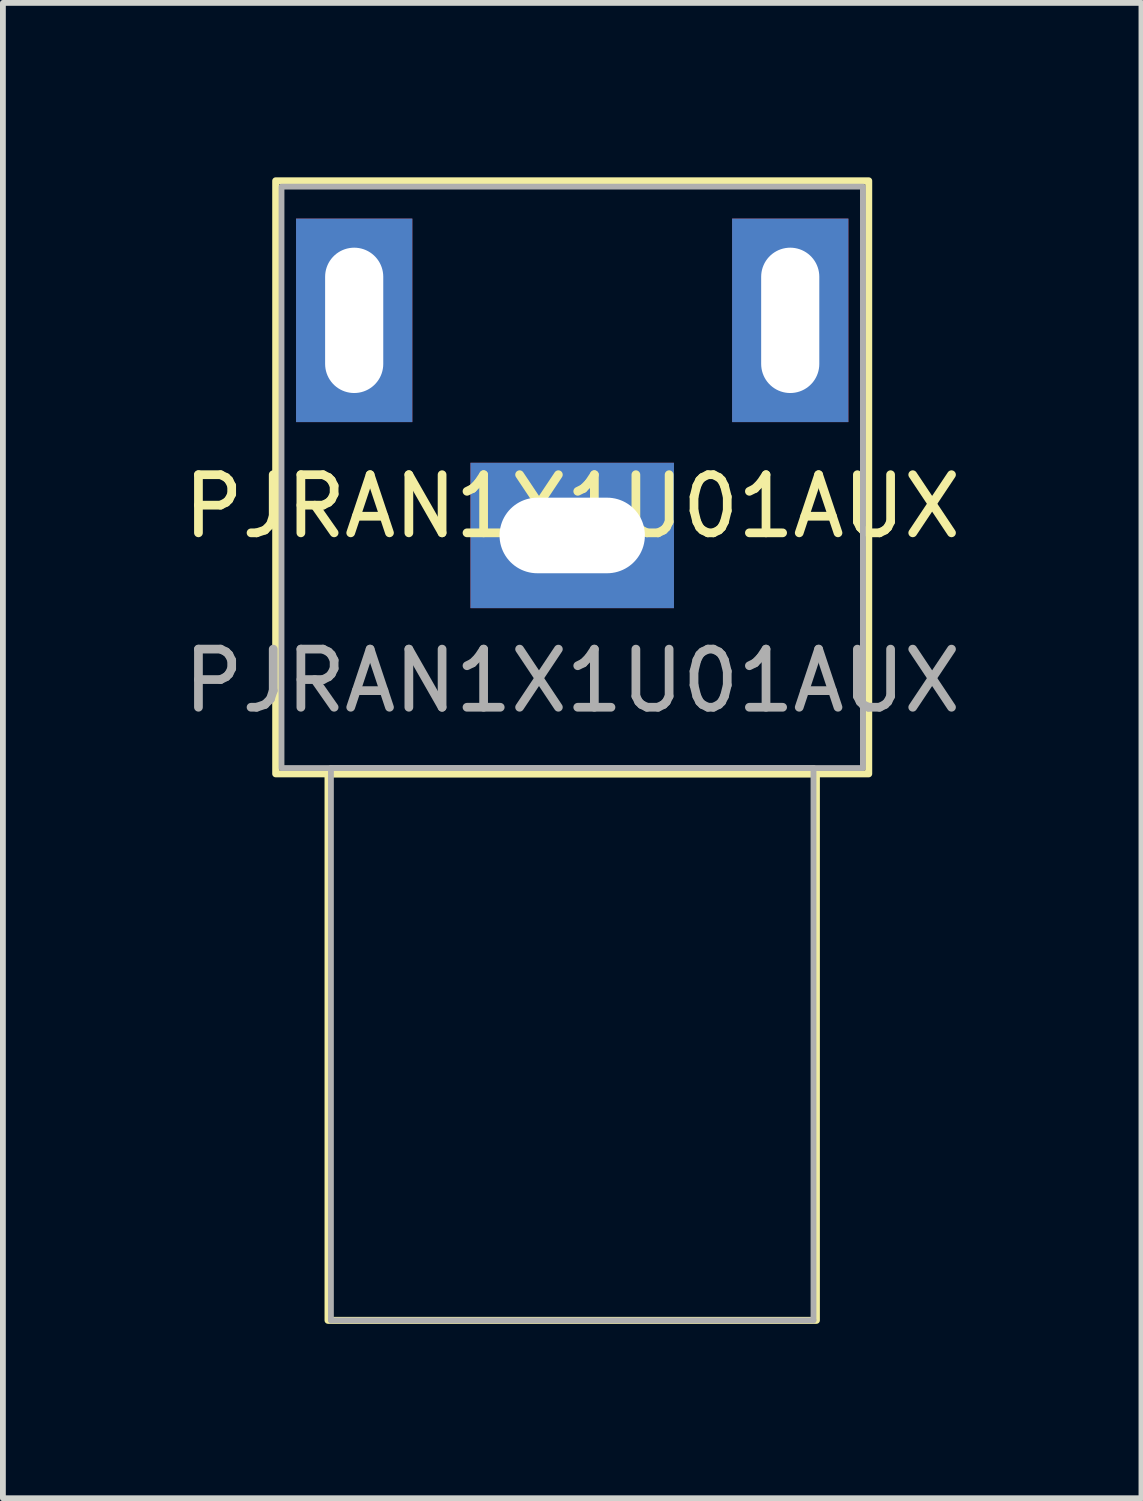
<source format=kicad_pcb>
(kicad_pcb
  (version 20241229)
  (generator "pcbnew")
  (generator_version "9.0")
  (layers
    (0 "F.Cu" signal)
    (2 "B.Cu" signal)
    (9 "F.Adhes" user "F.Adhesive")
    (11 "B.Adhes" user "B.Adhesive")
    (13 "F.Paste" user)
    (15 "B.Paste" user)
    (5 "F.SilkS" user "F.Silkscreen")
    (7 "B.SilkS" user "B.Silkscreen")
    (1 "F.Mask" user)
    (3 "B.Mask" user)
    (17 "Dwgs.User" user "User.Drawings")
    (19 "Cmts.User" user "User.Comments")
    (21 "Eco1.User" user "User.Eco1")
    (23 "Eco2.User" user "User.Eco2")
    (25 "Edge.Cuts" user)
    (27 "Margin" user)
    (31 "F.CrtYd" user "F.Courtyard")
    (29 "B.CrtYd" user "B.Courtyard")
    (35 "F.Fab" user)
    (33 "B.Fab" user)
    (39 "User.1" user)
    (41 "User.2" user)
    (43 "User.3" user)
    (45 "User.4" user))
  (footprint "PJRAN1X1U01AUX"
    (layer "F.Cu")
    (at 6.792 6.16)
    (property "Reference" "PJRAN1X1U01AUX" (at 0 -0.5 0) (unlocked yes) (layer "F.SilkS") (effects (font (size 1 1) (thickness 0.15))))
    (attr through_hole)
    (fp_rect (start -5.1 -6.1) (end 5.1 4.1) (stroke (width 0.12) (type default)) (fill no) (layer "F.SilkS"))
    (fp_rect (start -4.2 13.5) (end 4.2 4.1) (stroke (width 0.12) (type default)) (fill no) (layer "F.SilkS"))
    (fp_line (start -4.15 13.5) (end -4.15 4) (stroke (width 0.1) (type default)) (layer "F.Fab"))
    (fp_line (start -4.15 13.5) (end 4.15 13.5) (stroke (width 0.1) (type default)) (layer "F.Fab"))
    (fp_line (start 4.15 4) (end -4.15 4) (stroke (width 0.1) (type default)) (layer "F.Fab"))
    (fp_line (start 4.15 13.5) (end 4.15 4) (stroke (width 0.1) (type default)) (layer "F.Fab"))
    (fp_rect (start -5 -6) (end 5 4) (stroke (width 0.1) (type default)) (fill no) (layer "F.Fab"))
    (fp_text user "${REFERENCE}" (at 0 2.5 0) (unlocked yes) (layer "F.Fab") (effects (font (size 1 1) (thickness 0.15))))
    (pad "1" thru_hole rect (at 0 0) (size 3.5 2.5) (drill oval 2.5 1.3) (layers "*.Cu" "*.Mask"))
    (pad "2" thru_hole rect (at -3.75 -3.7 90) (size 3.5 2) (drill oval 2.5 1) (layers "*.Cu" "*.Mask"))
    (pad "2" thru_hole rect (at 3.75 -3.7 90) (size 3.5 2) (drill oval 2.5 1) (layers "*.Cu" "*.Mask")))
  (gr_rect
    (start -3 -3)
    (end 16.583 22.72)
    (stroke (width 0.1) (type default))
    (fill no)
    (layer "Edge.Cuts")))
</source>
